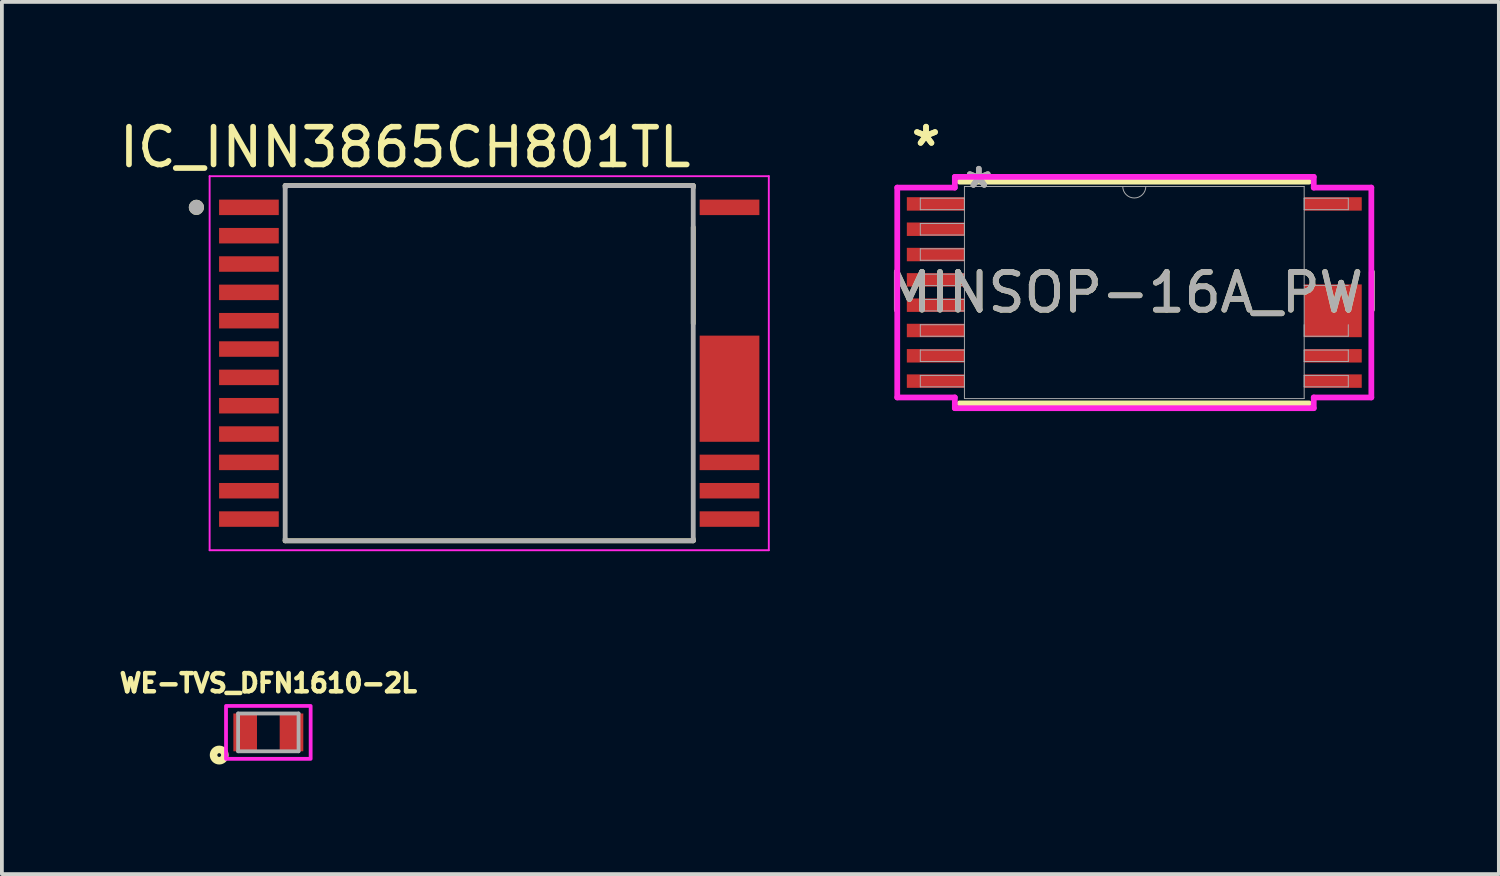
<source format=kicad_pcb>
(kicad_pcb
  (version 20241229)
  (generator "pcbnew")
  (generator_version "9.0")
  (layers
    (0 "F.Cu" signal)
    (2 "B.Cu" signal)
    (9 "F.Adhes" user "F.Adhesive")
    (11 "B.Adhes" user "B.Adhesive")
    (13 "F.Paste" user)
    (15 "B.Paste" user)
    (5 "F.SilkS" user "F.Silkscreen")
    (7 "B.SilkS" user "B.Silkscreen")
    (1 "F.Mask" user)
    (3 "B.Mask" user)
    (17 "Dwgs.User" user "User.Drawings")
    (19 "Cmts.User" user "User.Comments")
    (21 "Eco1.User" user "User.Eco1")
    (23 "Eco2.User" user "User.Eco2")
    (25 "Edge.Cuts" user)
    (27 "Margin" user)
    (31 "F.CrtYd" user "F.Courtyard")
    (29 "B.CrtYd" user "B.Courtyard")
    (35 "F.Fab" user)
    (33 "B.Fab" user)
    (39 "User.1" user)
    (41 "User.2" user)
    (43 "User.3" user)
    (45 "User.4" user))
  (footprint "MINSOP-16A_PWI"
    (layer "F.Cu")
    (at 26.971 4.692)
    (property "Reference" "MINSOP-16A_PWI" (at 0 0 0) (unlocked yes) (layer "F.SilkS") (effects (font (size 1 1) (thickness 0.15))))
    (attr smd)
    (fp_line (start -4.623 2.934) (end 4.623 2.934) (stroke (width 0.152) (type solid)) (layer "F.SilkS"))
    (fp_line (start 4.623 -2.934) (end -4.623 -2.934) (stroke (width 0.152) (type solid)) (layer "F.SilkS"))
    (fp_line (start -6.274 -2.777) (end -4.75 -2.777) (stroke (width 0.152) (type solid)) (layer "F.CrtYd"))
    (fp_line (start -6.274 2.777) (end -6.274 -2.777) (stroke (width 0.152) (type solid)) (layer "F.CrtYd"))
    (fp_line (start -6.274 2.777) (end -4.75 2.777) (stroke (width 0.152) (type solid)) (layer "F.CrtYd"))
    (fp_line (start -4.75 -3.061) (end 4.75 -3.061) (stroke (width 0.152) (type solid)) (layer "F.CrtYd"))
    (fp_line (start -4.75 -2.777) (end -4.75 -3.061) (stroke (width 0.152) (type solid)) (layer "F.CrtYd"))
    (fp_line (start -4.75 3.061) (end -4.75 2.777) (stroke (width 0.152) (type solid)) (layer "F.CrtYd"))
    (fp_line (start 4.75 -3.061) (end 4.75 -2.777) (stroke (width 0.152) (type solid)) (layer "F.CrtYd"))
    (fp_line (start 4.75 2.777) (end 4.75 3.061) (stroke (width 0.152) (type solid)) (layer "F.CrtYd"))
    (fp_line (start 4.75 3.061) (end -4.75 3.061) (stroke (width 0.152) (type solid)) (layer "F.CrtYd"))
    (fp_line (start 6.274 -2.777) (end 4.75 -2.777) (stroke (width 0.152) (type solid)) (layer "F.CrtYd"))
    (fp_line (start 6.274 -2.777) (end 6.274 2.777) (stroke (width 0.152) (type solid)) (layer "F.CrtYd"))
    (fp_line (start 6.274 2.777) (end 4.75 2.777) (stroke (width 0.152) (type solid)) (layer "F.CrtYd"))
    (fp_line (start -5.664 -2.497) (end -5.664 -2.193) (stroke (width 0.025) (type solid)) (layer "F.Fab"))
    (fp_line (start -5.664 -2.193) (end -4.496 -2.193) (stroke (width 0.025) (type solid)) (layer "F.Fab"))
    (fp_line (start -5.664 -1.827) (end -5.664 -1.523) (stroke (width 0.025) (type solid)) (layer "F.Fab"))
    (fp_line (start -5.664 -1.523) (end -4.496 -1.523) (stroke (width 0.025) (type solid)) (layer "F.Fab"))
    (fp_line (start -5.664 -1.157) (end -5.664 -0.853) (stroke (width 0.025) (type solid)) (layer "F.Fab"))
    (fp_line (start -5.664 -0.853) (end -4.496 -0.853) (stroke (width 0.025) (type solid)) (layer "F.Fab"))
    (fp_line (start -5.664 -0.487) (end -5.664 -0.183) (stroke (width 0.025) (type solid)) (layer "F.Fab"))
    (fp_line (start -5.664 -0.183) (end -4.496 -0.183) (stroke (width 0.025) (type solid)) (layer "F.Fab"))
    (fp_line (start -5.664 0.183) (end -5.664 0.487) (stroke (width 0.025) (type solid)) (layer "F.Fab"))
    (fp_line (start -5.664 0.487) (end -4.496 0.487) (stroke (width 0.025) (type solid)) (layer "F.Fab"))
    (fp_line (start -5.664 0.853) (end -5.664 1.157) (stroke (width 0.025) (type solid)) (layer "F.Fab"))
    (fp_line (start -5.664 1.157) (end -4.496 1.157) (stroke (width 0.025) (type solid)) (layer "F.Fab"))
    (fp_line (start -5.664 1.523) (end -5.664 1.827) (stroke (width 0.025) (type solid)) (layer "F.Fab"))
    (fp_line (start -5.664 1.827) (end -4.496 1.827) (stroke (width 0.025) (type solid)) (layer "F.Fab"))
    (fp_line (start -5.664 2.193) (end -5.664 2.497) (stroke (width 0.025) (type solid)) (layer "F.Fab"))
    (fp_line (start -5.664 2.497) (end -4.496 2.497) (stroke (width 0.025) (type solid)) (layer "F.Fab"))
    (fp_line (start -4.496 -2.807) (end -4.496 2.807) (stroke (width 0.025) (type solid)) (layer "F.Fab"))
    (fp_line (start -4.496 -2.497) (end -5.664 -2.497) (stroke (width 0.025) (type solid)) (layer "F.Fab"))
    (fp_line (start -4.496 -2.193) (end -4.496 -2.497) (stroke (width 0.025) (type solid)) (layer "F.Fab"))
    (fp_line (start -4.496 -1.827) (end -5.664 -1.827) (stroke (width 0.025) (type solid)) (layer "F.Fab"))
    (fp_line (start -4.496 -1.523) (end -4.496 -1.827) (stroke (width 0.025) (type solid)) (layer "F.Fab"))
    (fp_line (start -4.496 -1.157) (end -5.664 -1.157) (stroke (width 0.025) (type solid)) (layer "F.Fab"))
    (fp_line (start -4.496 -0.853) (end -4.496 -1.157) (stroke (width 0.025) (type solid)) (layer "F.Fab"))
    (fp_line (start -4.496 -0.487) (end -5.664 -0.487) (stroke (width 0.025) (type solid)) (layer "F.Fab"))
    (fp_line (start -4.496 -0.183) (end -4.496 -0.487) (stroke (width 0.025) (type solid)) (layer "F.Fab"))
    (fp_line (start -4.496 0.183) (end -5.664 0.183) (stroke (width 0.025) (type solid)) (layer "F.Fab"))
    (fp_line (start -4.496 0.487) (end -4.496 0.183) (stroke (width 0.025) (type solid)) (layer "F.Fab"))
    (fp_line (start -4.496 0.853) (end -5.664 0.853) (stroke (width 0.025) (type solid)) (layer "F.Fab"))
    (fp_line (start -4.496 1.157) (end -4.496 0.853) (stroke (width 0.025) (type solid)) (layer "F.Fab"))
    (fp_line (start -4.496 1.523) (end -5.664 1.523) (stroke (width 0.025) (type solid)) (layer "F.Fab"))
    (fp_line (start -4.496 1.827) (end -4.496 1.523) (stroke (width 0.025) (type solid)) (layer "F.Fab"))
    (fp_line (start -4.496 2.193) (end -5.664 2.193) (stroke (width 0.025) (type solid)) (layer "F.Fab"))
    (fp_line (start -4.496 2.497) (end -4.496 2.193) (stroke (width 0.025) (type solid)) (layer "F.Fab"))
    (fp_line (start -4.496 2.807) (end 4.496 2.807) (stroke (width 0.025) (type solid)) (layer "F.Fab"))
    (fp_line (start 4.496 -2.807) (end -4.496 -2.807) (stroke (width 0.025) (type solid)) (layer "F.Fab"))
    (fp_line (start 4.496 -2.497) (end 4.496 -2.193) (stroke (width 0.025) (type solid)) (layer "F.Fab"))
    (fp_line (start 4.496 -2.193) (end 5.664 -2.193) (stroke (width 0.025) (type solid)) (layer "F.Fab"))
    (fp_line (start 4.496 0.853) (end 4.496 1.157) (stroke (width 0.025) (type solid)) (layer "F.Fab"))
    (fp_line (start 4.496 1.157) (end 5.664 1.157) (stroke (width 0.025) (type solid)) (layer "F.Fab"))
    (fp_line (start 4.496 1.523) (end 4.496 1.827) (stroke (width 0.025) (type solid)) (layer "F.Fab"))
    (fp_line (start 4.496 1.827) (end 5.664 1.827) (stroke (width 0.025) (type solid)) (layer "F.Fab"))
    (fp_line (start 4.496 2.193) (end 4.496 2.497) (stroke (width 0.025) (type solid)) (layer "F.Fab"))
    (fp_line (start 4.496 2.497) (end 5.664 2.497) (stroke (width 0.025) (type solid)) (layer "F.Fab"))
    (fp_line (start 4.496 2.807) (end 4.496 -2.807) (stroke (width 0.025) (type solid)) (layer "F.Fab"))
    (fp_line (start 5.664 -2.497) (end 4.496 -2.497) (stroke (width 0.025) (type solid)) (layer "F.Fab"))
    (fp_line (start 5.664 -2.193) (end 5.664 -2.497) (stroke (width 0.025) (type solid)) (layer "F.Fab"))
    (fp_line (start 5.664 -0.189) (end 4.496 -0.189) (stroke (width 0.025) (type solid)) (layer "F.Fab"))
    (fp_line (start 5.664 1.157) (end 5.664 0.853) (stroke (width 0.025) (type solid)) (layer "F.Fab"))
    (fp_line (start 5.664 1.523) (end 4.496 1.523) (stroke (width 0.025) (type solid)) (layer "F.Fab"))
    (fp_line (start 5.664 1.827) (end 5.664 1.523) (stroke (width 0.025) (type solid)) (layer "F.Fab"))
    (fp_line (start 5.664 2.193) (end 4.496 2.193) (stroke (width 0.025) (type solid)) (layer "F.Fab"))
    (fp_line (start 5.664 2.497) (end 5.664 2.193) (stroke (width 0.025) (type solid)) (layer "F.Fab"))
    (fp_arc (start 0.3048 -2.8067) (mid 0 -2.5019) (end -0.3048 -2.8067) (stroke (width 0.0254) (type solid)) (layer "F.Fab"))
    (fp_text user "*" (at -5.512 -3.844 0) (unlocked yes) (layer "F.SilkS") (effects (font (size 1 1) (thickness 0.15))))
    (fp_text user "*" (at -5.512 -3.844 0) (layer "F.SilkS") (effects (font (size 1 1) (thickness 0.15))))
    (fp_text user "${REFERENCE}" (at 0 0 0) (unlocked yes) (layer "F.Fab") (effects (font (size 1 1) (thickness 0.15))))
    (fp_text user "*" (at -4.115 -2.731 0) (unlocked yes) (layer "F.Fab") (effects (font (size 1 1) (thickness 0.15))))
    (fp_text user "*" (at -4.115 -2.731 0) (layer "F.Fab") (effects (font (size 1 1) (thickness 0.15))))
    (pad "1" smd rect (at -5.258 -2.345) (size 1.524 0.356) (layers "F.Cu" "F.Mask" "F.Paste"))
    (pad "2" smd rect (at -5.258 -1.675) (size 1.524 0.356) (layers "F.Cu" "F.Mask" "F.Paste"))
    (pad "3" smd rect (at -5.258 -1.005) (size 1.524 0.356) (layers "F.Cu" "F.Mask" "F.Paste"))
    (pad "4" smd rect (at -5.258 -0.335) (size 1.524 0.356) (layers "F.Cu" "F.Mask" "F.Paste"))
    (pad "5" smd rect (at -5.258 0.335) (size 1.524 0.356) (layers "F.Cu" "F.Mask" "F.Paste"))
    (pad "6" smd rect (at -5.258 1.005) (size 1.524 0.356) (layers "F.Cu" "F.Mask" "F.Paste"))
    (pad "7" smd rect (at -5.258 1.675) (size 1.524 0.356) (layers "F.Cu" "F.Mask" "F.Paste"))
    (pad "8" smd rect (at -5.258 2.345) (size 1.524 0.356) (layers "F.Cu" "F.Mask" "F.Paste"))
    (pad "9" smd rect (at 5.258 2.345) (size 1.524 0.356) (layers "F.Cu" "F.Mask" "F.Paste"))
    (pad "10" smd rect (at 5.258 1.675) (size 1.524 0.356) (layers "F.Cu" "F.Mask" "F.Paste"))
    (pad "11" smd rect (at 5.258 0.484) (size 1.524 1.397) (layers "F.Cu" "F.Mask" "F.Paste"))
    (pad "16" smd rect (at 5.258 -2.345) (size 1.524 0.356) (layers "F.Cu" "F.Mask" "F.Paste")))
  (footprint "WE-TVS_DFN1610-2L"
    (layer "F.Cu")
    (at 4.052 16.334)
    (property "Reference" "WE-TVS_DFN1610-2L" (at 0 -1.305 0) (layer "F.SilkS") (effects (font (size 0.48 0.48) (thickness 0.15))))
    (attr smd)
    (fp_circle (center -1.3 0.6) (end -1.25 0.6) (stroke (width 0.2) (type solid)) (fill no) (layer "F.SilkS"))
    (fp_poly (pts (xy -1.12 -0.7) (xy 1.12 -0.7) (xy 1.12 0.7) (xy -1.12 0.7)) (stroke (width 0.1) (type solid)) (fill no) (layer "F.CrtYd"))
    (fp_line (start -0.8 -0.5) (end 0.8 -0.5) (stroke (width 0.1) (type solid)) (layer "F.Fab"))
    (fp_line (start -0.8 0.5) (end -0.8 -0.5) (stroke (width 0.1) (type solid)) (layer "F.Fab"))
    (fp_line (start 0.8 -0.5) (end 0.8 0.5) (stroke (width 0.1) (type solid)) (layer "F.Fab"))
    (fp_line (start 0.8 0.5) (end -0.8 0.5) (stroke (width 0.1) (type solid)) (layer "F.Fab"))
    (pad "1" smd rect (at -0.613 0) (size 0.625 1) (layers "F.Cu" "F.Mask" "F.Paste"))
    (pad "2" smd rect (at 0.613 0) (size 0.625 1) (layers "F.Cu" "F.Mask" "F.Paste")))
  (footprint "IC_INN3865CH801TL"
    (layer "F.Cu")
    (at 9.898 6.563)
    (property "Reference" "IC_INN3865CH801TL" (at -2.225 -5.715 0) (layer "F.SilkS") (effects (font (size 1 1) (thickness 0.15))))
    (attr smd)
    (fp_line (start -5.4 -4.7) (end 5.4 -4.7) (stroke (width 0.127) (type solid)) (layer "F.SilkS"))
    (fp_line (start -5.4 -4.65) (end -5.4 -4.7) (stroke (width 0.127) (type solid)) (layer "F.SilkS"))
    (fp_line (start -5.4 4.7) (end -5.4 4.65) (stroke (width 0.127) (type solid)) (layer "F.SilkS"))
    (fp_line (start 5.4 -4.7) (end 5.4 -4.65) (stroke (width 0.127) (type solid)) (layer "F.SilkS"))
    (fp_line (start 5.4 -3.6) (end 5.4 -1.05) (stroke (width 0.127) (type solid)) (layer "F.SilkS"))
    (fp_line (start 5.4 4.7) (end -5.4 4.7) (stroke (width 0.127) (type solid)) (layer "F.SilkS"))
    (fp_line (start 5.4 4.7) (end 5.4 4.65) (stroke (width 0.127) (type solid)) (layer "F.SilkS"))
    (fp_circle (center -7.75 -4.125) (end -7.65 -4.125) (stroke (width 0.2) (type solid)) (fill no) (layer "F.SilkS"))
    (fp_line (start -7.4 -4.95) (end -7.4 4.95) (stroke (width 0.05) (type solid)) (layer "F.CrtYd"))
    (fp_line (start -7.4 4.95) (end 7.4 4.95) (stroke (width 0.05) (type solid)) (layer "F.CrtYd"))
    (fp_line (start 7.4 -4.95) (end -7.4 -4.95) (stroke (width 0.05) (type solid)) (layer "F.CrtYd"))
    (fp_line (start 7.4 4.95) (end 7.4 -4.95) (stroke (width 0.05) (type solid)) (layer "F.CrtYd"))
    (fp_line (start -5.4 -4.7) (end 5.4 -4.7) (stroke (width 0.127) (type solid)) (layer "F.Fab"))
    (fp_line (start -5.4 4.7) (end -5.4 -4.7) (stroke (width 0.127) (type solid)) (layer "F.Fab"))
    (fp_line (start 5.4 -4.7) (end 5.4 4.7) (stroke (width 0.127) (type solid)) (layer "F.Fab"))
    (fp_line (start 5.4 4.7) (end -5.4 4.7) (stroke (width 0.127) (type solid)) (layer "F.Fab"))
    (fp_circle (center -7.75 -4.125) (end -7.65 -4.125) (stroke (width 0.2) (type solid)) (fill no) (layer "F.Fab"))
    (pad "1" smd rect (at -6.36 -4.125) (size 1.58 0.41) (layers "F.Cu" "F.Mask" "F.Paste"))
    (pad "2" smd rect (at -6.36 -3.375) (size 1.58 0.41) (layers "F.Cu" "F.Mask" "F.Paste"))
    (pad "3" smd rect (at -6.36 -2.625) (size 1.58 0.41) (layers "F.Cu" "F.Mask" "F.Paste"))
    (pad "4" smd rect (at -6.36 -1.875) (size 1.58 0.41) (layers "F.Cu" "F.Mask" "F.Paste"))
    (pad "5" smd rect (at -6.36 -1.125) (size 1.58 0.41) (layers "F.Cu" "F.Mask" "F.Paste"))
    (pad "6" smd rect (at -6.36 -0.375) (size 1.58 0.41) (layers "F.Cu" "F.Mask" "F.Paste"))
    (pad "7" smd rect (at -6.36 0.375) (size 1.58 0.41) (layers "F.Cu" "F.Mask" "F.Paste"))
    (pad "8" smd rect (at -6.36 1.125) (size 1.58 0.41) (layers "F.Cu" "F.Mask" "F.Paste"))
    (pad "9" smd rect (at -6.36 1.875) (size 1.58 0.41) (layers "F.Cu" "F.Mask" "F.Paste"))
    (pad "10" smd rect (at -6.36 2.625) (size 1.58 0.41) (layers "F.Cu" "F.Mask" "F.Paste"))
    (pad "11" smd rect (at -6.36 3.375) (size 1.58 0.41) (layers "F.Cu" "F.Mask" "F.Paste"))
    (pad "12" smd rect (at -6.36 4.125) (size 1.58 0.41) (layers "F.Cu" "F.Mask" "F.Paste"))
    (pad "13" smd rect (at 6.36 4.125) (size 1.58 0.41) (layers "F.Cu" "F.Mask" "F.Paste"))
    (pad "14" smd rect (at 6.36 3.375) (size 1.58 0.41) (layers "F.Cu" "F.Mask" "F.Paste"))
    (pad "15" smd rect (at 6.36 2.625) (size 1.58 0.41) (layers "F.Cu" "F.Mask" "F.Paste"))
    (pad "16_19" smd rect (at 6.36 0.675) (size 1.58 2.81) (layers "F.Cu" "F.Mask" "F.Paste"))
    (pad "24" smd rect (at 6.36 -4.125) (size 1.58 0.41) (layers "F.Cu" "F.Mask" "F.Paste")))
  (gr_rect
    (start -3 -3)
    (end 36.62 20.084)
    (stroke (width 0.1) (type default))
    (fill no)
    (layer "Edge.Cuts")))
</source>
